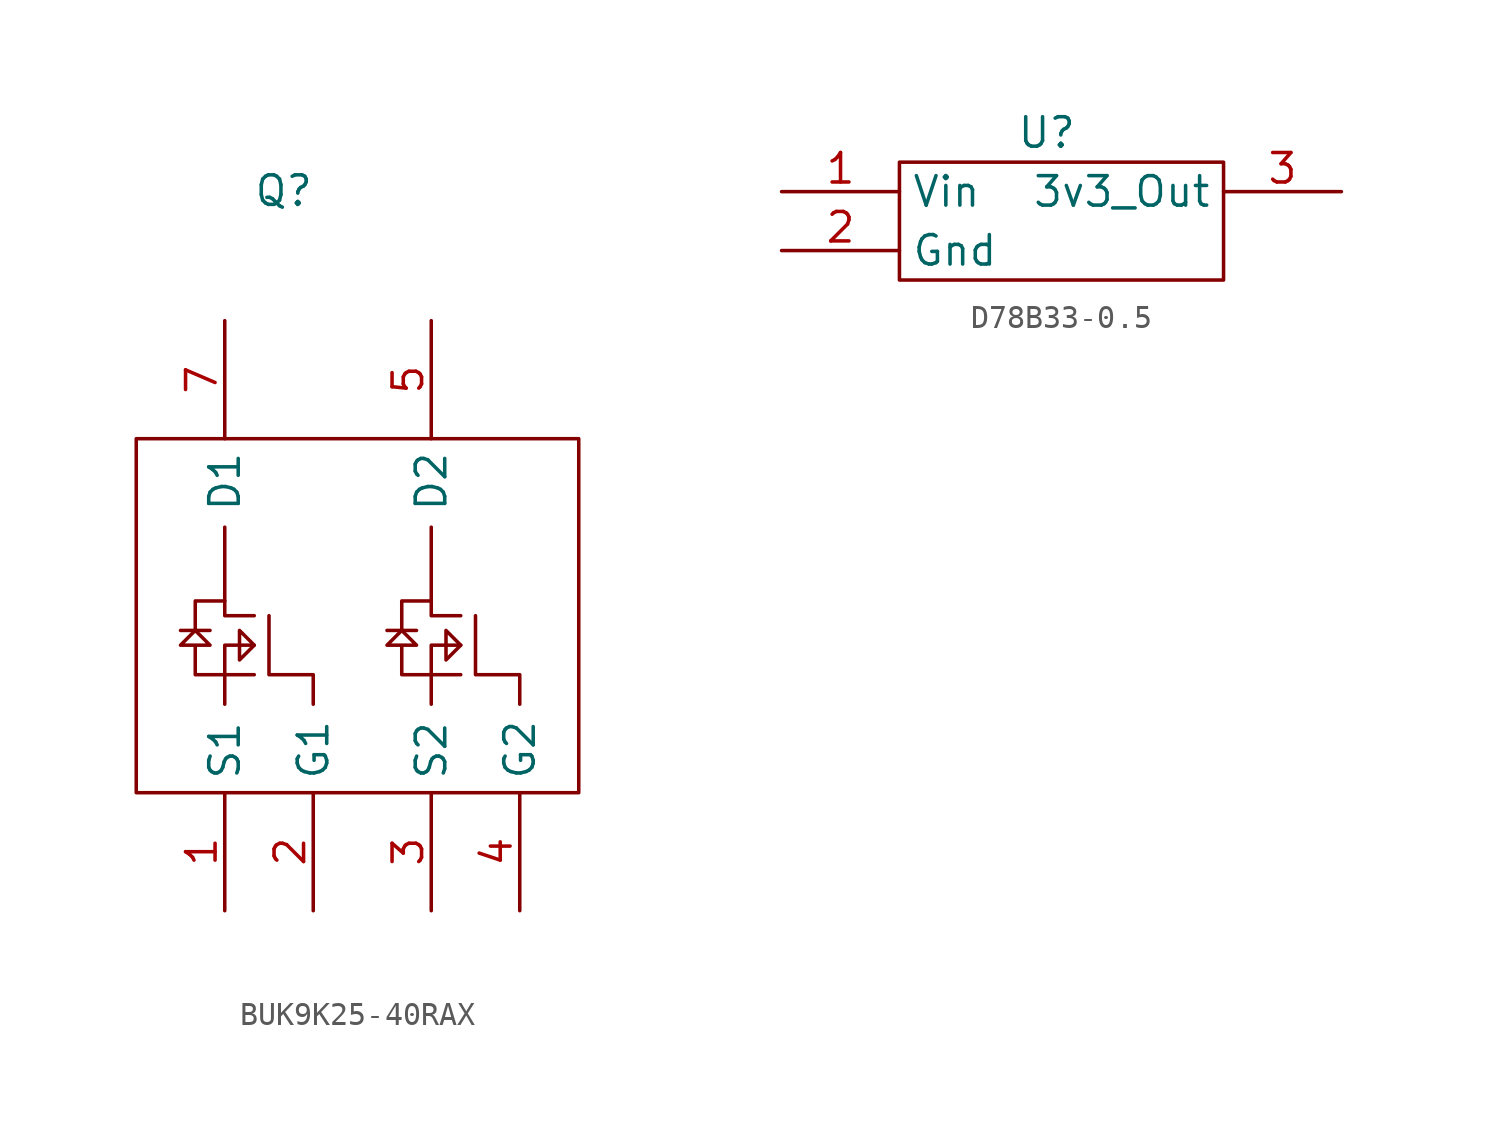
<source format=kicad_sym>
(kicad_symbol_lib
  (version 20241209)
  (generator "kicad_symbol_editor")
  (generator_version "9.0")
  (symbol "BUK9K25-40RAX"
    (property "Reference" "Q"
      (at 0 3.048 0)
      (effects (font (size 1.27 1.27))))
    (property "Value" ""
      (at 0 0 0)
      (effects (font (size 1.27 1.27))))
    (symbol "BUK9K25-40RAX_0_1"
      (rectangle (start -6.35 -7.62) (end 12.7 -22.86) (stroke (width 0) (type default)) (fill (type none)))
      (polyline (pts (xy -4.445 -15.875) (xy -3.175 -15.875)) (stroke (width 0) (type default)) (fill (type none)))
      (polyline (pts (xy -3.81 -15.875) (xy -3.81 -14.605) (xy -2.54 -14.605)) (stroke (width 0) (type default)) (fill (type none)))
      (polyline (pts (xy -2.54 -17.78) (xy -1.27 -17.78)) (stroke (width 0) (type default)) (fill (type none)))
      (polyline (pts (xy -2.54 -17.78) (xy -3.81 -17.78) (xy -3.81 -16.51) (xy -4.445 -16.51) (xy -3.81 -15.875) (xy -3.175 -16.51) (xy -3.81 -16.51)) (stroke (width 0) (type default)) (fill (type none)))
      (polyline (pts (xy -2.54 -19.05) (xy -2.54 -16.51) (xy -1.27 -16.51)) (stroke (width 0) (type default)) (fill (type none)))
      (polyline (pts (xy -1.905 -15.875) (xy -1.905 -17.145) (xy -1.27 -16.51) (xy -1.905 -15.875)) (stroke (width 0) (type default)) (fill (type none)))
      (polyline (pts (xy -1.27 -15.24) (xy -2.54 -15.24) (xy -2.54 -11.43)) (stroke (width 0) (type default)) (fill (type none)))
      (polyline (pts (xy -0.635 -15.24) (xy -0.635 -17.78) (xy 1.27 -17.78) (xy 1.27 -19.05)) (stroke (width 0) (type default)) (fill (type none)))
      (polyline (pts (xy 4.445 -15.875) (xy 5.715 -15.875)) (stroke (width 0) (type default)) (fill (type none)))
      (polyline (pts (xy 5.08 -15.875) (xy 5.08 -14.605) (xy 6.35 -14.605)) (stroke (width 0) (type default)) (fill (type none)))
      (polyline (pts (xy 6.35 -17.78) (xy 7.62 -17.78)) (stroke (width 0) (type default)) (fill (type none)))
      (polyline (pts (xy 6.35 -17.78) (xy 5.08 -17.78) (xy 5.08 -16.51) (xy 4.445 -16.51) (xy 5.08 -15.875) (xy 5.715 -16.51) (xy 5.08 -16.51)) (stroke (width 0) (type default)) (fill (type none)))
      (polyline (pts (xy 6.35 -19.05) (xy 6.35 -16.51) (xy 7.62 -16.51)) (stroke (width 0) (type default)) (fill (type none)))
      (polyline (pts (xy 6.985 -15.875) (xy 6.985 -17.145) (xy 7.62 -16.51) (xy 6.985 -15.875)) (stroke (width 0) (type default)) (fill (type none)))
      (polyline (pts (xy 7.62 -15.24) (xy 6.35 -15.24) (xy 6.35 -11.43)) (stroke (width 0) (type default)) (fill (type none)))
      (polyline (pts (xy 8.255 -15.24) (xy 8.255 -17.78) (xy 10.16 -17.78) (xy 10.16 -19.05)) (stroke (width 0) (type default)) (fill (type none))))
    (symbol "BUK9K25-40RAX_1_1"
      (pin input line (at -2.54 -2.54 270) (length 5.08) (name "D1" (effects (font (size 1.27 1.27)))) (number "7" (effects (font (size 1.27 1.27)))))
      (pin input line (at -2.54 -27.94 90) (length 5.08) (name "S1" (effects (font (size 1.27 1.27)))) (number "1" (effects (font (size 1.27 1.27)))))
      (pin input line (at 1.27 -27.94 90) (length 5.08) (name "G1" (effects (font (size 1.27 1.27)))) (number "2" (effects (font (size 1.27 1.27)))))
      (pin input line (at 6.35 -2.54 270) (length 5.08) (name "D2" (effects (font (size 1.27 1.27)))) (number "5" (effects (font (size 1.27 1.27)))))
      (pin input line (at 6.35 -27.94 90) (length 5.08) (name "S2" (effects (font (size 1.27 1.27)))) (number "3" (effects (font (size 1.27 1.27)))))
      (pin input line (at 10.16 -27.94 90) (length 5.08) (name "G2" (effects (font (size 1.27 1.27)))) (number "4" (effects (font (size 1.27 1.27)))))))
  (symbol "D78B33-0.5"
    (property "Reference" "U"
      (at 0 5.08 0)
      (effects (font (size 1.27 1.27))))
    (property "Value" ""
      (at 0 0 0)
      (effects (font (size 1.27 1.27))))
    (symbol "D78B33-0.5_0_1"
      (rectangle (start -6.35 3.81) (end 7.62 -1.27) (stroke (width 0) (type default)) (fill (type none))))
    (symbol "D78B33-0.5_1_1"
      (pin input line (at -11.43 2.54 0) (length 5.08) (name "Vin" (effects (font (size 1.27 1.27)))) (number "1" (effects (font (size 1.27 1.27)))))
      (pin input line (at -11.43 0 0) (length 5.08) (name "Gnd" (effects (font (size 1.27 1.27)))) (number "2" (effects (font (size 1.27 1.27)))))
      (pin input line (at 12.7 2.54 180) (length 5.08) (name "3v3_Out" (effects (font (size 1.27 1.27)))) (number "3" (effects (font (size 1.27 1.27))))))))
</source>
